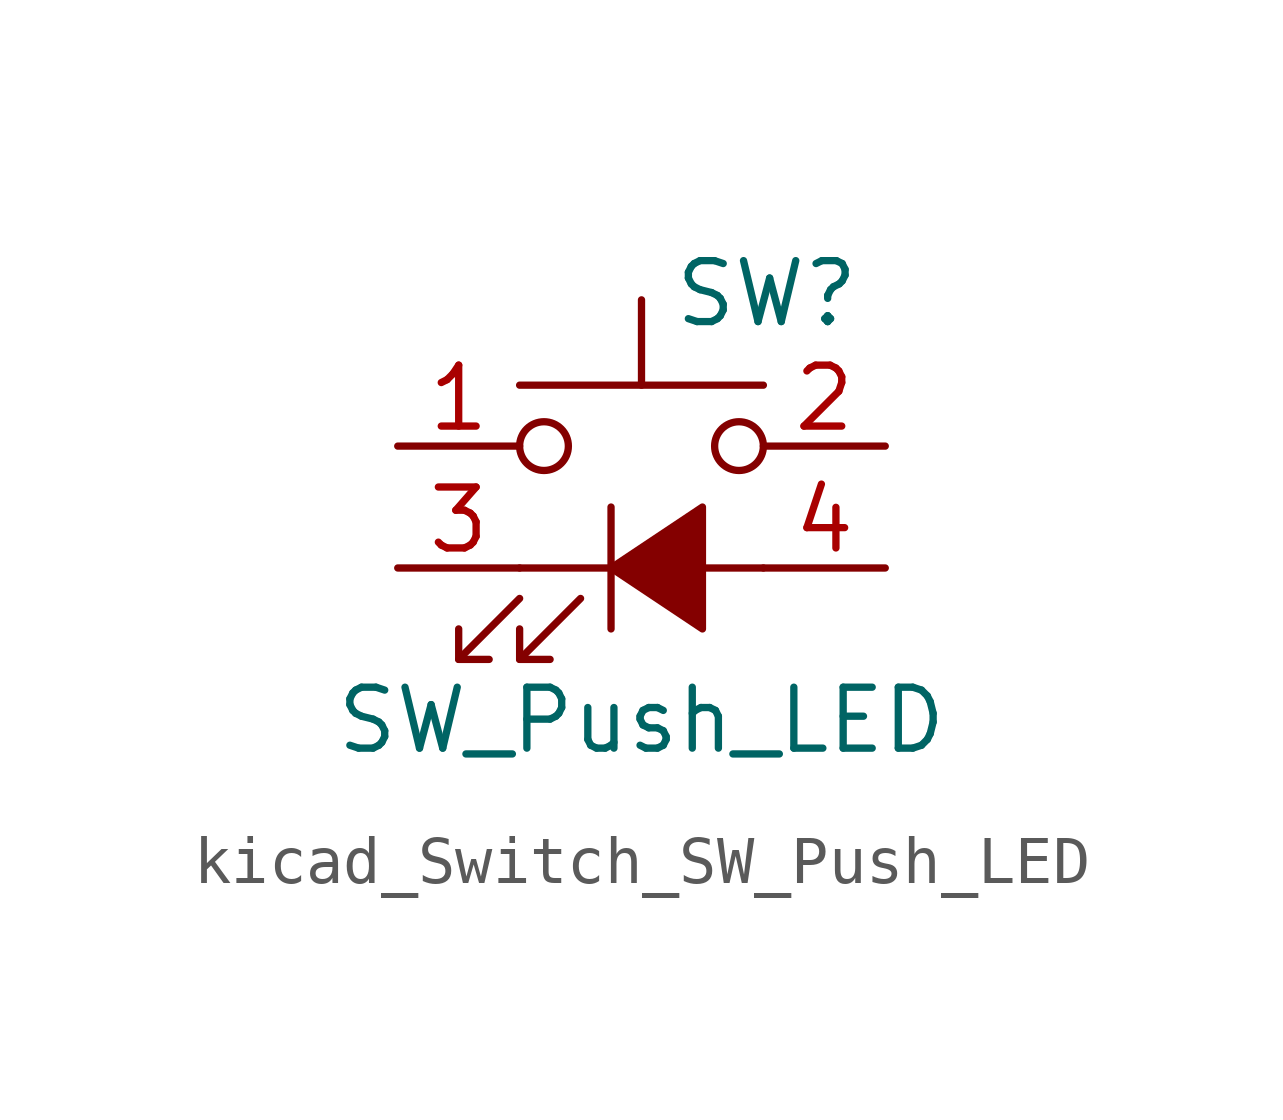
<source format=kicad_sym>
(kicad_symbol_lib
  (version 20220914)
  (generator kicad_symbol_editor)
  (symbol "kicad_Switch_SW_Push_LED"
    (pin_names
      (offset 1.016) hide)
    (property "Reference" "SW"
      (at 0.635 5.715 0)
      (effects (font (size 1.27 1.27)) (justify left)))
    (property "Value" "SW_Push_LED"
      (at 0 -3.175 0)
      (effects (font (size 1.27 1.27))))
    (symbol "kicad_Switch_SW_Push_LED_0_0"
      (polyline (pts (xy -3.81 -1.905) (xy -2.54 -0.635)) (stroke (width 0) (type default)) (fill (type none)))
      (polyline (pts (xy -2.54 -1.905) (xy -1.27 -0.635)) (stroke (width 0) (type default)) (fill (type none)))
      (polyline (pts (xy -2.54 0) (xy 2.54 0)) (stroke (width 0) (type default)) (fill (type none)))
      (polyline (pts (xy -0.635 1.27) (xy -0.635 -1.27)) (stroke (width 0) (type default)) (fill (type none)))
      (polyline (pts (xy -3.81 -1.27) (xy -3.81 -1.905) (xy -3.175 -1.905)) (stroke (width 0) (type default)) (fill (type none)))
      (polyline (pts (xy -2.54 -1.27) (xy -2.54 -1.905) (xy -1.905 -1.905)) (stroke (width 0) (type default)) (fill (type none)))
      (polyline (pts (xy -0.635 0) (xy 1.27 1.27) (xy 1.27 -1.27) (xy -0.635 0)) (stroke (width 0) (type default)) (fill (type outline))))
    (symbol "kicad_Switch_SW_Push_LED_0_1"
      (circle (center -2.032 2.54) (radius 0.508) (stroke (width 0) (type default)) (fill (type none)))
      (polyline (pts (xy 0 3.81) (xy 0 5.588)) (stroke (width 0) (type default)) (fill (type none)))
      (polyline (pts (xy 2.54 3.81) (xy -2.54 3.81)) (stroke (width 0) (type default)) (fill (type none)))
      (circle (center 2.032 2.54) (radius 0.508) (stroke (width 0) (type default)) (fill (type none)))
      (pin passive line (at -5.08 2.54 0) (length 2.54) (name "1" (effects (font (size 1.27 1.27)))) (number "1" (effects (font (size 1.27 1.27)))))
      (pin passive line (at 5.08 2.54 180) (length 2.54) (name "2" (effects (font (size 1.27 1.27)))) (number "2" (effects (font (size 1.27 1.27)))))
      (pin passive line (at -5.08 0 0) (length 2.54) (name "K" (effects (font (size 1.27 1.27)))) (number "3" (effects (font (size 1.27 1.27)))))
      (pin passive line (at 5.08 0 180) (length 2.54) (name "A" (effects (font (size 1.27 1.27)))) (number "4" (effects (font (size 1.27 1.27))))))))
</source>
